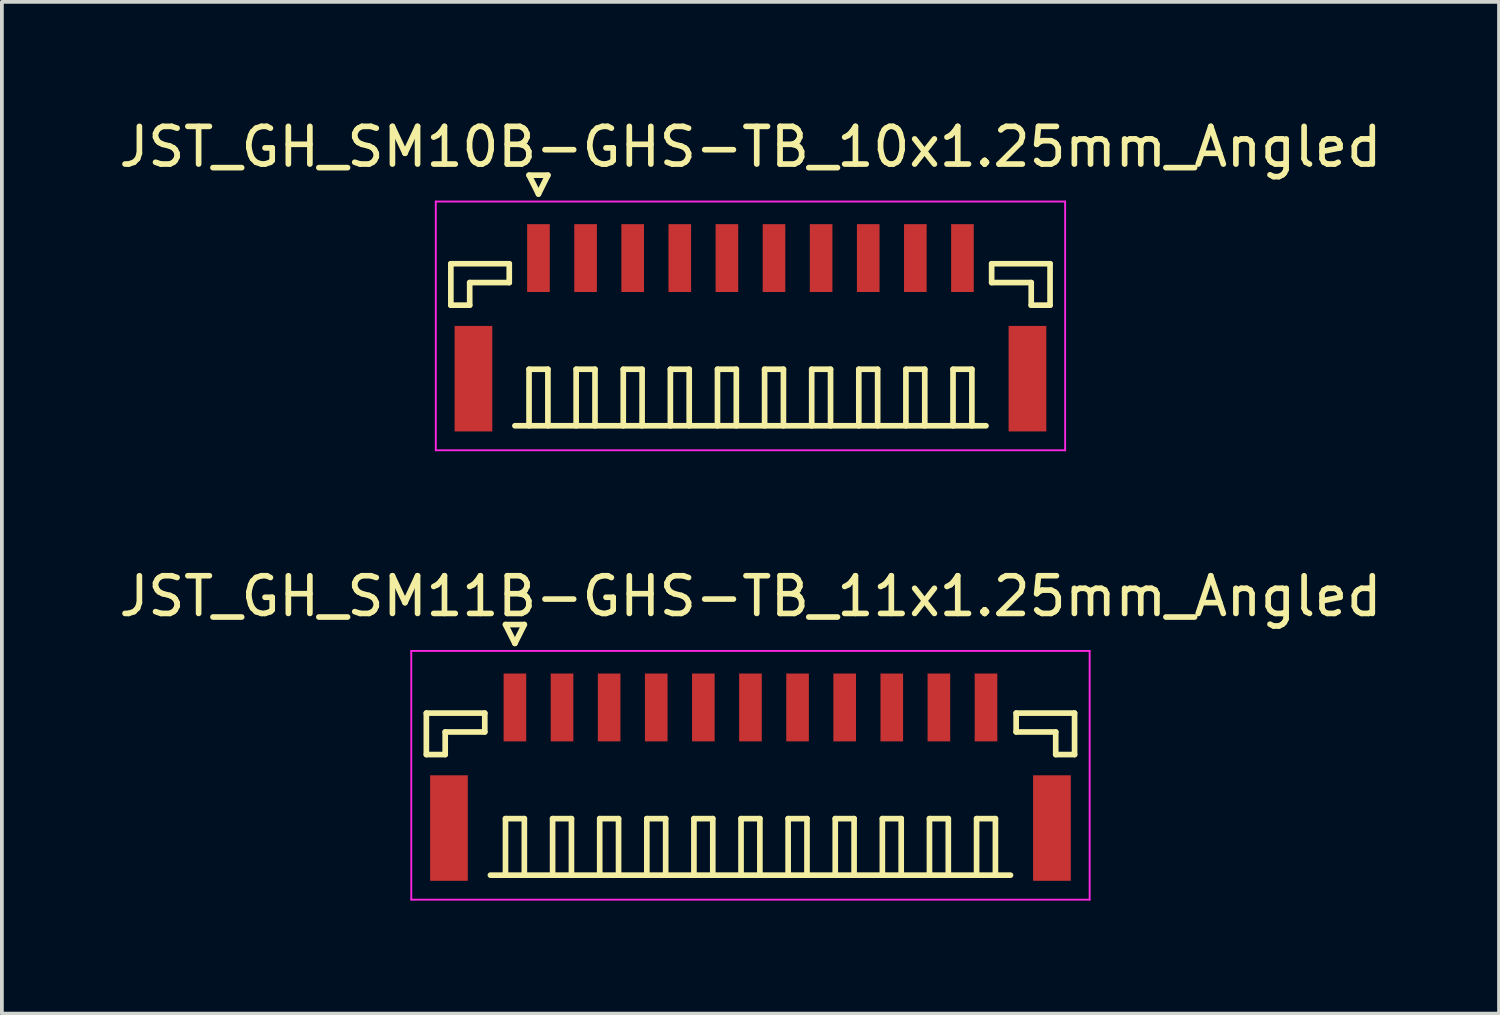
<source format=kicad_pcb>
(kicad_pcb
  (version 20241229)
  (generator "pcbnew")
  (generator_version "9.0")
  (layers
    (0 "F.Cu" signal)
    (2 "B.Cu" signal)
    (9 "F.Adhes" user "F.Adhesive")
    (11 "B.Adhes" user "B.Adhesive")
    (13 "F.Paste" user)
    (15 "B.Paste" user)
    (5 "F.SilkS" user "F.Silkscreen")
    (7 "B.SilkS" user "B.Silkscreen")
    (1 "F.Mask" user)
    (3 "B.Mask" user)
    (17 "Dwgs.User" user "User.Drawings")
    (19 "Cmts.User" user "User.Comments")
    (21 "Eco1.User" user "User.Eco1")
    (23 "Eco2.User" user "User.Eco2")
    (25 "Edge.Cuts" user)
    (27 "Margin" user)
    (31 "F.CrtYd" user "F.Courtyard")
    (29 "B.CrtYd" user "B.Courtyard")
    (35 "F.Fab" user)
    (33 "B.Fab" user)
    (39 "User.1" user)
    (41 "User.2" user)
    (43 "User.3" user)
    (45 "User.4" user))
  (footprint "JST_GH_SM10B-GHS-TB_10x1.25mm_Angled"
    (layer "F.Cu")
    (at 16.863 5.398)
    (property "Reference" "JST_GH_SM10B-GHS-TB_10x1.25mm_Angled" (at 0 -4.55 0) (layer "F.SilkS") (effects (font (size 1 1) (thickness 0.15))))
    (attr smd)
    (fp_line (start -7.95 -1.45) (end -6.4 -1.45) (stroke (width 0.15) (type solid)) (layer "F.SilkS"))
    (fp_line (start -7.95 -0.35) (end -7.95 -1.45) (stroke (width 0.15) (type solid)) (layer "F.SilkS"))
    (fp_line (start -7.45 -0.95) (end -7.45 -0.35) (stroke (width 0.15) (type solid)) (layer "F.SilkS"))
    (fp_line (start -7.45 -0.35) (end -7.95 -0.35) (stroke (width 0.15) (type solid)) (layer "F.SilkS"))
    (fp_line (start -6.4 -1.45) (end -6.4 -0.95) (stroke (width 0.15) (type solid)) (layer "F.SilkS"))
    (fp_line (start -6.4 -0.95) (end -7.45 -0.95) (stroke (width 0.15) (type solid)) (layer "F.SilkS"))
    (fp_line (start -6.25 2.85) (end 6.25 2.85) (stroke (width 0.15) (type solid)) (layer "F.SilkS"))
    (fp_line (start -5.875 -3.8) (end -5.375 -3.8) (stroke (width 0.15) (type solid)) (layer "F.SilkS"))
    (fp_line (start -5.875 1.35) (end -5.375 1.35) (stroke (width 0.15) (type solid)) (layer "F.SilkS"))
    (fp_line (start -5.875 2.85) (end -5.875 1.35) (stroke (width 0.15) (type solid)) (layer "F.SilkS"))
    (fp_line (start -5.625 -3.3) (end -5.875 -3.8) (stroke (width 0.15) (type solid)) (layer "F.SilkS"))
    (fp_line (start -5.375 -3.8) (end -5.625 -3.3) (stroke (width 0.15) (type solid)) (layer "F.SilkS"))
    (fp_line (start -5.375 1.35) (end -5.375 2.85) (stroke (width 0.15) (type solid)) (layer "F.SilkS"))
    (fp_line (start -4.625 1.35) (end -4.125 1.35) (stroke (width 0.15) (type solid)) (layer "F.SilkS"))
    (fp_line (start -4.625 2.85) (end -4.625 1.35) (stroke (width 0.15) (type solid)) (layer "F.SilkS"))
    (fp_line (start -4.125 1.35) (end -4.125 2.85) (stroke (width 0.15) (type solid)) (layer "F.SilkS"))
    (fp_line (start -3.375 1.35) (end -2.875 1.35) (stroke (width 0.15) (type solid)) (layer "F.SilkS"))
    (fp_line (start -3.375 2.85) (end -3.375 1.35) (stroke (width 0.15) (type solid)) (layer "F.SilkS"))
    (fp_line (start -2.875 1.35) (end -2.875 2.85) (stroke (width 0.15) (type solid)) (layer "F.SilkS"))
    (fp_line (start -2.125 1.35) (end -1.625 1.35) (stroke (width 0.15) (type solid)) (layer "F.SilkS"))
    (fp_line (start -2.125 2.85) (end -2.125 1.35) (stroke (width 0.15) (type solid)) (layer "F.SilkS"))
    (fp_line (start -1.625 1.35) (end -1.625 2.85) (stroke (width 0.15) (type solid)) (layer "F.SilkS"))
    (fp_line (start -0.875 1.35) (end -0.375 1.35) (stroke (width 0.15) (type solid)) (layer "F.SilkS"))
    (fp_line (start -0.875 2.85) (end -0.875 1.35) (stroke (width 0.15) (type solid)) (layer "F.SilkS"))
    (fp_line (start -0.375 1.35) (end -0.375 2.85) (stroke (width 0.15) (type solid)) (layer "F.SilkS"))
    (fp_line (start 0.375 1.35) (end 0.875 1.35) (stroke (width 0.15) (type solid)) (layer "F.SilkS"))
    (fp_line (start 0.375 2.85) (end 0.375 1.35) (stroke (width 0.15) (type solid)) (layer "F.SilkS"))
    (fp_line (start 0.875 1.35) (end 0.875 2.85) (stroke (width 0.15) (type solid)) (layer "F.SilkS"))
    (fp_line (start 1.625 1.35) (end 2.125 1.35) (stroke (width 0.15) (type solid)) (layer "F.SilkS"))
    (fp_line (start 1.625 2.85) (end 1.625 1.35) (stroke (width 0.15) (type solid)) (layer "F.SilkS"))
    (fp_line (start 2.125 1.35) (end 2.125 2.85) (stroke (width 0.15) (type solid)) (layer "F.SilkS"))
    (fp_line (start 2.875 1.35) (end 3.375 1.35) (stroke (width 0.15) (type solid)) (layer "F.SilkS"))
    (fp_line (start 2.875 2.85) (end 2.875 1.35) (stroke (width 0.15) (type solid)) (layer "F.SilkS"))
    (fp_line (start 3.375 1.35) (end 3.375 2.85) (stroke (width 0.15) (type solid)) (layer "F.SilkS"))
    (fp_line (start 4.125 1.35) (end 4.625 1.35) (stroke (width 0.15) (type solid)) (layer "F.SilkS"))
    (fp_line (start 4.125 2.85) (end 4.125 1.35) (stroke (width 0.15) (type solid)) (layer "F.SilkS"))
    (fp_line (start 4.625 1.35) (end 4.625 2.85) (stroke (width 0.15) (type solid)) (layer "F.SilkS"))
    (fp_line (start 5.375 1.35) (end 5.875 1.35) (stroke (width 0.15) (type solid)) (layer "F.SilkS"))
    (fp_line (start 5.375 2.85) (end 5.375 1.35) (stroke (width 0.15) (type solid)) (layer "F.SilkS"))
    (fp_line (start 5.875 1.35) (end 5.875 2.85) (stroke (width 0.15) (type solid)) (layer "F.SilkS"))
    (fp_line (start 6.4 -1.45) (end 6.4 -0.95) (stroke (width 0.15) (type solid)) (layer "F.SilkS"))
    (fp_line (start 6.4 -0.95) (end 7.45 -0.95) (stroke (width 0.15) (type solid)) (layer "F.SilkS"))
    (fp_line (start 7.45 -0.95) (end 7.45 -0.35) (stroke (width 0.15) (type solid)) (layer "F.SilkS"))
    (fp_line (start 7.45 -0.35) (end 7.95 -0.35) (stroke (width 0.15) (type solid)) (layer "F.SilkS"))
    (fp_line (start 7.95 -1.45) (end 6.4 -1.45) (stroke (width 0.15) (type solid)) (layer "F.SilkS"))
    (fp_line (start 7.95 -0.35) (end 7.95 -1.45) (stroke (width 0.15) (type solid)) (layer "F.SilkS"))
    (fp_line (start -8.35 -3.1) (end -8.35 3.5) (stroke (width 0.05) (type solid)) (layer "F.CrtYd"))
    (fp_line (start -8.35 3.5) (end 8.35 3.5) (stroke (width 0.05) (type solid)) (layer "F.CrtYd"))
    (fp_line (start 8.35 -3.1) (end -8.35 -3.1) (stroke (width 0.05) (type solid)) (layer "F.CrtYd"))
    (fp_line (start 8.35 3.5) (end 8.35 -3.1) (stroke (width 0.05) (type solid)) (layer "F.CrtYd"))
    (pad "" smd rect (at -7.35 1.6) (size 1 2.8) (layers "F.Cu" "F.Mask" "F.Paste"))
    (pad "" smd rect (at 7.35 1.6) (size 1 2.8) (layers "F.Cu" "F.Mask" "F.Paste"))
    (pad "1" smd rect (at -5.625 -1.6) (size 0.6 1.8) (layers "F.Cu" "F.Mask" "F.Paste"))
    (pad "2" smd rect (at -4.375 -1.6) (size 0.6 1.8) (layers "F.Cu" "F.Mask" "F.Paste"))
    (pad "3" smd rect (at -3.125 -1.6) (size 0.6 1.8) (layers "F.Cu" "F.Mask" "F.Paste"))
    (pad "4" smd rect (at -1.875 -1.6) (size 0.6 1.8) (layers "F.Cu" "F.Mask" "F.Paste"))
    (pad "5" smd rect (at -0.625 -1.6) (size 0.6 1.8) (layers "F.Cu" "F.Mask" "F.Paste"))
    (pad "6" smd rect (at 0.625 -1.6) (size 0.6 1.8) (layers "F.Cu" "F.Mask" "F.Paste"))
    (pad "7" smd rect (at 1.875 -1.6) (size 0.6 1.8) (layers "F.Cu" "F.Mask" "F.Paste"))
    (pad "8" smd rect (at 3.125 -1.6) (size 0.6 1.8) (layers "F.Cu" "F.Mask" "F.Paste"))
    (pad "9" smd rect (at 4.375 -1.6) (size 0.6 1.8) (layers "F.Cu" "F.Mask" "F.Paste"))
    (pad "10" smd rect (at 5.625 -1.6) (size 0.6 1.8) (layers "F.Cu" "F.Mask" "F.Paste")))
  (footprint "JST_GH_SM11B-GHS-TB_11x1.25mm_Angled"
    (layer "F.Cu")
    (at 16.863 17.322)
    (property "Reference" "JST_GH_SM11B-GHS-TB_11x1.25mm_Angled" (at 0 -4.55 0) (layer "F.SilkS") (effects (font (size 1 1) (thickness 0.15))))
    (attr smd)
    (fp_line (start -8.6 -1.45) (end -7.05 -1.45) (stroke (width 0.15) (type solid)) (layer "F.SilkS"))
    (fp_line (start -8.6 -0.35) (end -8.6 -1.45) (stroke (width 0.15) (type solid)) (layer "F.SilkS"))
    (fp_line (start -8.1 -0.95) (end -8.1 -0.35) (stroke (width 0.15) (type solid)) (layer "F.SilkS"))
    (fp_line (start -8.1 -0.35) (end -8.6 -0.35) (stroke (width 0.15) (type solid)) (layer "F.SilkS"))
    (fp_line (start -7.05 -1.45) (end -7.05 -0.95) (stroke (width 0.15) (type solid)) (layer "F.SilkS"))
    (fp_line (start -7.05 -0.95) (end -8.1 -0.95) (stroke (width 0.15) (type solid)) (layer "F.SilkS"))
    (fp_line (start -6.9 2.85) (end 6.9 2.85) (stroke (width 0.15) (type solid)) (layer "F.SilkS"))
    (fp_line (start -6.5 -3.8) (end -6 -3.8) (stroke (width 0.15) (type solid)) (layer "F.SilkS"))
    (fp_line (start -6.5 1.35) (end -6 1.35) (stroke (width 0.15) (type solid)) (layer "F.SilkS"))
    (fp_line (start -6.5 2.85) (end -6.5 1.35) (stroke (width 0.15) (type solid)) (layer "F.SilkS"))
    (fp_line (start -6.25 -3.3) (end -6.5 -3.8) (stroke (width 0.15) (type solid)) (layer "F.SilkS"))
    (fp_line (start -6 -3.8) (end -6.25 -3.3) (stroke (width 0.15) (type solid)) (layer "F.SilkS"))
    (fp_line (start -6 1.35) (end -6 2.85) (stroke (width 0.15) (type solid)) (layer "F.SilkS"))
    (fp_line (start -5.25 1.35) (end -4.75 1.35) (stroke (width 0.15) (type solid)) (layer "F.SilkS"))
    (fp_line (start -5.25 2.85) (end -5.25 1.35) (stroke (width 0.15) (type solid)) (layer "F.SilkS"))
    (fp_line (start -4.75 1.35) (end -4.75 2.85) (stroke (width 0.15) (type solid)) (layer "F.SilkS"))
    (fp_line (start -4 1.35) (end -3.5 1.35) (stroke (width 0.15) (type solid)) (layer "F.SilkS"))
    (fp_line (start -4 2.85) (end -4 1.35) (stroke (width 0.15) (type solid)) (layer "F.SilkS"))
    (fp_line (start -3.5 1.35) (end -3.5 2.85) (stroke (width 0.15) (type solid)) (layer "F.SilkS"))
    (fp_line (start -2.75 1.35) (end -2.25 1.35) (stroke (width 0.15) (type solid)) (layer "F.SilkS"))
    (fp_line (start -2.75 2.85) (end -2.75 1.35) (stroke (width 0.15) (type solid)) (layer "F.SilkS"))
    (fp_line (start -2.25 1.35) (end -2.25 2.85) (stroke (width 0.15) (type solid)) (layer "F.SilkS"))
    (fp_line (start -1.5 1.35) (end -1 1.35) (stroke (width 0.15) (type solid)) (layer "F.SilkS"))
    (fp_line (start -1.5 2.85) (end -1.5 1.35) (stroke (width 0.15) (type solid)) (layer "F.SilkS"))
    (fp_line (start -1 1.35) (end -1 2.85) (stroke (width 0.15) (type solid)) (layer "F.SilkS"))
    (fp_line (start -0.25 1.35) (end 0.25 1.35) (stroke (width 0.15) (type solid)) (layer "F.SilkS"))
    (fp_line (start -0.25 2.85) (end -0.25 1.35) (stroke (width 0.15) (type solid)) (layer "F.SilkS"))
    (fp_line (start 0.25 1.35) (end 0.25 2.85) (stroke (width 0.15) (type solid)) (layer "F.SilkS"))
    (fp_line (start 1 1.35) (end 1.5 1.35) (stroke (width 0.15) (type solid)) (layer "F.SilkS"))
    (fp_line (start 1 2.85) (end 1 1.35) (stroke (width 0.15) (type solid)) (layer "F.SilkS"))
    (fp_line (start 1.5 1.35) (end 1.5 2.85) (stroke (width 0.15) (type solid)) (layer "F.SilkS"))
    (fp_line (start 2.25 1.35) (end 2.75 1.35) (stroke (width 0.15) (type solid)) (layer "F.SilkS"))
    (fp_line (start 2.25 2.85) (end 2.25 1.35) (stroke (width 0.15) (type solid)) (layer "F.SilkS"))
    (fp_line (start 2.75 1.35) (end 2.75 2.85) (stroke (width 0.15) (type solid)) (layer "F.SilkS"))
    (fp_line (start 3.5 1.35) (end 4 1.35) (stroke (width 0.15) (type solid)) (layer "F.SilkS"))
    (fp_line (start 3.5 2.85) (end 3.5 1.35) (stroke (width 0.15) (type solid)) (layer "F.SilkS"))
    (fp_line (start 4 1.35) (end 4 2.85) (stroke (width 0.15) (type solid)) (layer "F.SilkS"))
    (fp_line (start 4.75 1.35) (end 5.25 1.35) (stroke (width 0.15) (type solid)) (layer "F.SilkS"))
    (fp_line (start 4.75 2.85) (end 4.75 1.35) (stroke (width 0.15) (type solid)) (layer "F.SilkS"))
    (fp_line (start 5.25 1.35) (end 5.25 2.85) (stroke (width 0.15) (type solid)) (layer "F.SilkS"))
    (fp_line (start 6 1.35) (end 6.5 1.35) (stroke (width 0.15) (type solid)) (layer "F.SilkS"))
    (fp_line (start 6 2.85) (end 6 1.35) (stroke (width 0.15) (type solid)) (layer "F.SilkS"))
    (fp_line (start 6.5 1.35) (end 6.5 2.85) (stroke (width 0.15) (type solid)) (layer "F.SilkS"))
    (fp_line (start 7.05 -1.45) (end 7.05 -0.95) (stroke (width 0.15) (type solid)) (layer "F.SilkS"))
    (fp_line (start 7.05 -0.95) (end 8.1 -0.95) (stroke (width 0.15) (type solid)) (layer "F.SilkS"))
    (fp_line (start 8.1 -0.95) (end 8.1 -0.35) (stroke (width 0.15) (type solid)) (layer "F.SilkS"))
    (fp_line (start 8.1 -0.35) (end 8.6 -0.35) (stroke (width 0.15) (type solid)) (layer "F.SilkS"))
    (fp_line (start 8.6 -1.45) (end 7.05 -1.45) (stroke (width 0.15) (type solid)) (layer "F.SilkS"))
    (fp_line (start 8.6 -0.35) (end 8.6 -1.45) (stroke (width 0.15) (type solid)) (layer "F.SilkS"))
    (fp_line (start -9 -3.1) (end -9 3.5) (stroke (width 0.05) (type solid)) (layer "F.CrtYd"))
    (fp_line (start -9 3.5) (end 9 3.5) (stroke (width 0.05) (type solid)) (layer "F.CrtYd"))
    (fp_line (start 9 -3.1) (end -9 -3.1) (stroke (width 0.05) (type solid)) (layer "F.CrtYd"))
    (fp_line (start 9 3.5) (end 9 -3.1) (stroke (width 0.05) (type solid)) (layer "F.CrtYd"))
    (pad "" smd rect (at -8 1.6) (size 1 2.8) (layers "F.Cu" "F.Mask" "F.Paste"))
    (pad "" smd rect (at 8 1.6) (size 1 2.8) (layers "F.Cu" "F.Mask" "F.Paste"))
    (pad "1" smd rect (at -6.25 -1.6) (size 0.6 1.8) (layers "F.Cu" "F.Mask" "F.Paste"))
    (pad "2" smd rect (at -5 -1.6) (size 0.6 1.8) (layers "F.Cu" "F.Mask" "F.Paste"))
    (pad "3" smd rect (at -3.75 -1.6) (size 0.6 1.8) (layers "F.Cu" "F.Mask" "F.Paste"))
    (pad "4" smd rect (at -2.5 -1.6) (size 0.6 1.8) (layers "F.Cu" "F.Mask" "F.Paste"))
    (pad "5" smd rect (at -1.25 -1.6) (size 0.6 1.8) (layers "F.Cu" "F.Mask" "F.Paste"))
    (pad "6" smd rect (at 0 -1.6) (size 0.6 1.8) (layers "F.Cu" "F.Mask" "F.Paste"))
    (pad "7" smd rect (at 1.25 -1.6) (size 0.6 1.8) (layers "F.Cu" "F.Mask" "F.Paste"))
    (pad "8" smd rect (at 2.5 -1.6) (size 0.6 1.8) (layers "F.Cu" "F.Mask" "F.Paste"))
    (pad "9" smd rect (at 3.75 -1.6) (size 0.6 1.8) (layers "F.Cu" "F.Mask" "F.Paste"))
    (pad "10" smd rect (at 5 -1.6) (size 0.6 1.8) (layers "F.Cu" "F.Mask" "F.Paste"))
    (pad "11" smd rect (at 6.25 -1.6) (size 0.6 1.8) (layers "F.Cu" "F.Mask" "F.Paste")))
  (gr_rect
    (start -3 -3)
    (end 36.726 23.846)
    (stroke (width 0.1) (type default))
    (fill no)
    (layer "Edge.Cuts")))
</source>
